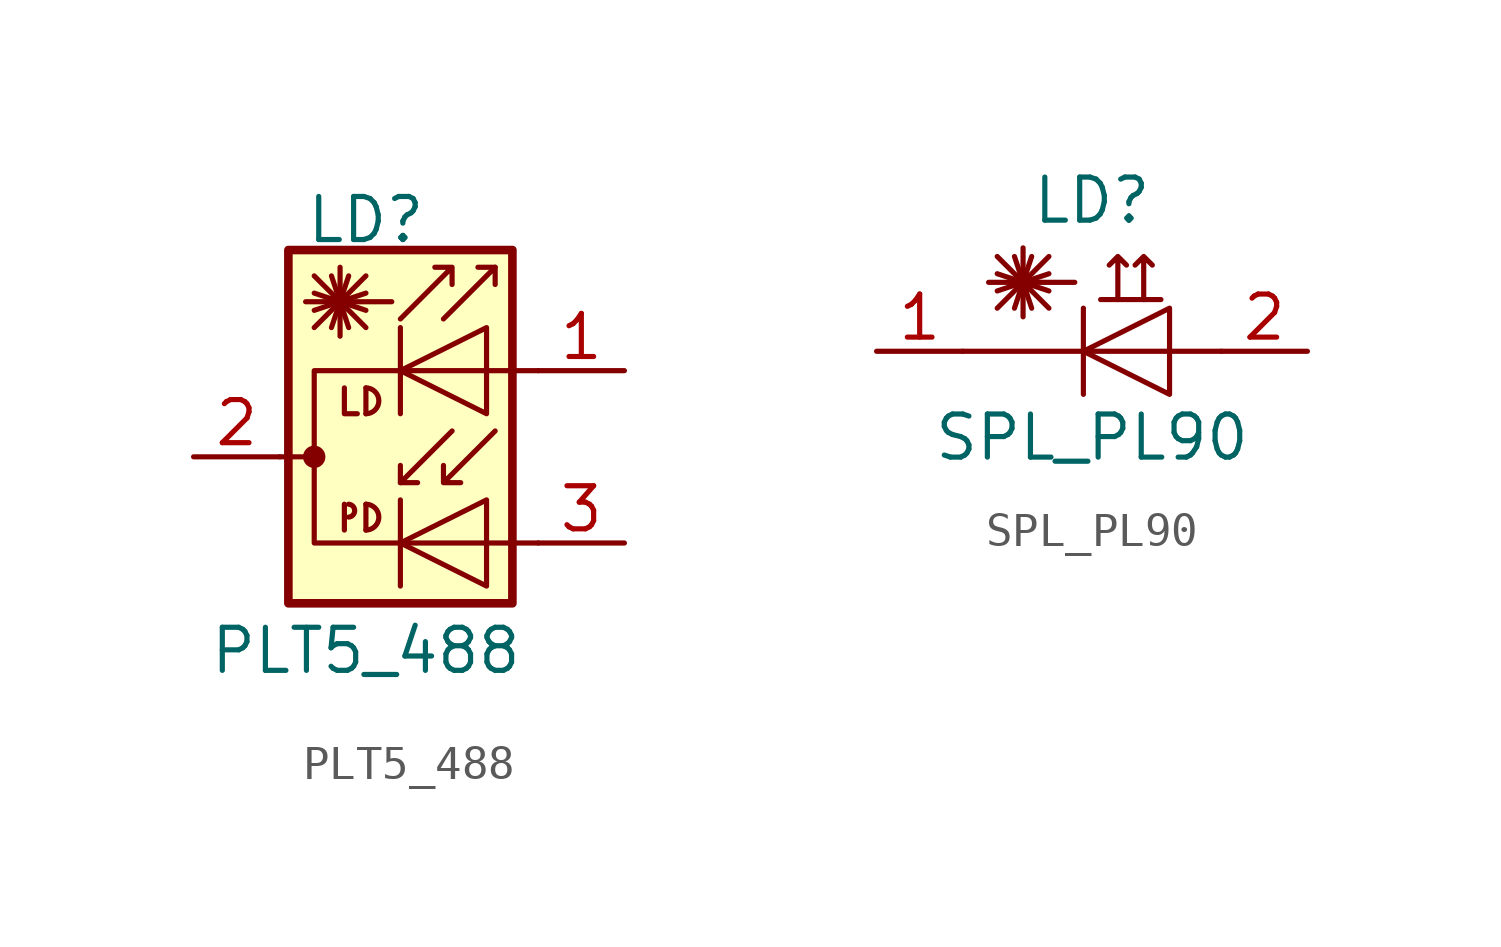
<source format=kicad_sym>
(kicad_symbol_lib
  (version 20241209)
  (generator "kicad_symbol_editor")
  (generator_version "9.0")
  (symbol "PLT5_488"
    (pin_names
      (offset 1.016)
      (hide yes))
    (property "Reference" "LD"
      (at 0 6.985 0)
      (effects (font (size 1.27 1.27))))
    (property "Value" "PLT5_488"
      (at 0 -5.715 0)
      (effects (font (size 1.27 1.27))))
    (symbol "PLT5_488_0_1"
      (polyline (pts (xy -2.54 0) (xy -1.524 0)) (stroke (width 0) (type default)) (fill (type none)))
      (rectangle (start -2.286 6.096) (end 4.318 -4.318) (stroke (width 0.254) (type default)) (fill (type background)))
      (polyline (pts (xy -1.524 5.334) (xy 0 3.81)) (stroke (width 0) (type default)) (fill (type none)))
      (polyline (pts (xy -1.524 4.826) (xy 0 4.318)) (stroke (width 0) (type default)) (fill (type none)))
      (polyline (pts (xy -1.524 4.318) (xy 0 4.826)) (stroke (width 0) (type default)) (fill (type none)))
      (polyline (pts (xy -1.524 3.81) (xy 0 5.334)) (stroke (width 0) (type default)) (fill (type none)))
      (circle (center -1.524 0) (radius 0.254) (stroke (width 0) (type default)) (fill (type outline)))
      (polyline (pts (xy -1.016 5.334) (xy -0.508 3.81)) (stroke (width 0) (type default)) (fill (type none)))
      (polyline (pts (xy -0.762 4.572) (xy -0.762 5.588)) (stroke (width 0) (type default)) (fill (type none)))
      (polyline (pts (xy -0.762 4.572) (xy -0.762 3.556)) (stroke (width 0) (type default)) (fill (type none)))
      (polyline (pts (xy -0.635 2.032) (xy -0.635 1.27) (xy -0.254 1.27)) (stroke (width 0) (type default)) (fill (type none)))
      (polyline (pts (xy -0.635 -1.397) (xy -0.635 -2.159)) (stroke (width 0) (type default)) (fill (type none)))
      (arc (start -0.508 -1.397) (mid -0.3298 -1.5875) (end -0.508 -1.778) (stroke (width 0) (type default)) (fill (type none)))
      (polyline (pts (xy -0.508 5.334) (xy -1.016 3.81)) (stroke (width 0) (type default)) (fill (type none)))
      (arc (start 0 2.032) (mid 0.3794 1.651) (end 0 1.27) (stroke (width 0) (type default)) (fill (type none)))
      (arc (start 0 -1.397) (mid 0.3794 -1.778) (end 0 -2.159) (stroke (width 0) (type default)) (fill (type none)))
      (polyline (pts (xy 0 2.032) (xy 0 1.27)) (stroke (width 0) (type default)) (fill (type none)))
      (polyline (pts (xy 0 -1.397) (xy 0 -2.159)) (stroke (width 0) (type default)) (fill (type none)))
      (polyline (pts (xy 0.762 4.572) (xy -1.778 4.572)) (stroke (width 0) (type default)) (fill (type none)))
      (polyline (pts (xy 1.016 4.064) (xy 2.54 5.588) (xy 2.54 5.08) (xy 2.54 5.588) (xy 2.032 5.588)) (stroke (width 0) (type default)) (fill (type none)))
      (polyline (pts (xy 1.016 3.81) (xy 1.016 1.27)) (stroke (width 0.152) (type default)) (fill (type none)))
      (polyline (pts (xy 1.016 -0.762) (xy 1.524 -0.762)) (stroke (width 0) (type default)) (fill (type none)))
      (polyline (pts (xy 1.016 -1.27) (xy 1.016 -3.81)) (stroke (width 0.152) (type default)) (fill (type none)))
      (polyline (pts (xy 2.286 4.064) (xy 3.81 5.588) (xy 3.81 5.08)) (stroke (width 0) (type default)) (fill (type none)))
      (polyline (pts (xy 2.54 0.762) (xy 1.016 -0.762) (xy 1.016 -0.254)) (stroke (width 0) (type default)) (fill (type none)))
      (polyline (pts (xy 3.81 5.588) (xy 3.302 5.588)) (stroke (width 0) (type default)) (fill (type none)))
      (polyline (pts (xy 3.81 0.762) (xy 2.286 -0.762) (xy 2.286 -0.254) (xy 2.286 -0.762) (xy 2.794 -0.762)) (stroke (width 0) (type default)) (fill (type none)))
      (polyline (pts (xy 5.08 2.54) (xy -1.524 2.54) (xy -1.524 -2.54) (xy 5.08 -2.54)) (stroke (width 0) (type default)) (fill (type none))))
    (symbol "PLT5_488_1_1"
      (polyline (pts (xy 3.556 1.27) (xy 3.556 3.81) (xy 1.016 2.54) (xy 3.556 1.27)) (stroke (width 0) (type default)) (fill (type none)))
      (polyline (pts (xy 3.556 -3.81) (xy 3.556 -1.27) (xy 1.016 -2.54) (xy 3.556 -3.81)) (stroke (width 0) (type default)) (fill (type none)))
      (pin passive line (at -5.08 0 0) (length 2.54) (name "~" (effects (font (size 1.27 1.27)))) (number "2" (effects (font (size 1.27 1.27)))))
      (pin passive line (at 7.62 2.54 180) (length 2.54) (name "~" (effects (font (size 1.27 1.27)))) (number "1" (effects (font (size 1.27 1.27)))))
      (pin passive line (at 7.62 -2.54 180) (length 2.54) (name "~" (effects (font (size 1.27 1.27)))) (number "3" (effects (font (size 1.27 1.27)))))))
  (symbol "SPL_PL90"
    (pin_names
      (offset 1.016)
      (hide yes))
    (property "Reference" "LD"
      (at -1.27 4.445 0)
      (effects (font (size 1.27 1.27))))
    (property "Value" "SPL_PL90"
      (at -1.27 -2.54 0)
      (effects (font (size 1.27 1.27))))
    (symbol "SPL_PL90_0_1"
      (polyline (pts (xy -4.064 2.794) (xy -2.54 1.27)) (stroke (width 0) (type default)) (fill (type none)))
      (polyline (pts (xy -4.064 2.286) (xy -2.54 1.778)) (stroke (width 0) (type default)) (fill (type none)))
      (polyline (pts (xy -4.064 1.778) (xy -2.54 2.286)) (stroke (width 0) (type default)) (fill (type none)))
      (polyline (pts (xy -4.064 1.27) (xy -2.54 2.794)) (stroke (width 0) (type default)) (fill (type none)))
      (polyline (pts (xy -3.556 2.794) (xy -3.048 1.27)) (stroke (width 0) (type default)) (fill (type none)))
      (polyline (pts (xy -3.302 2.032) (xy -3.302 3.048)) (stroke (width 0) (type default)) (fill (type none)))
      (polyline (pts (xy -3.302 2.032) (xy -3.302 1.016)) (stroke (width 0) (type default)) (fill (type none)))
      (polyline (pts (xy -3.048 2.794) (xy -3.556 1.27)) (stroke (width 0) (type default)) (fill (type none)))
      (polyline (pts (xy -1.778 2.032) (xy -4.318 2.032)) (stroke (width 0) (type default)) (fill (type none)))
      (polyline (pts (xy -1.524 1.27) (xy -1.524 -1.27)) (stroke (width 0.152) (type default)) (fill (type none)))
      (polyline (pts (xy -1.016 1.524) (xy 0.762 1.524)) (stroke (width 0) (type default)) (fill (type none)))
      (polyline (pts (xy -0.508 1.524) (xy -0.508 2.794) (xy -0.254 2.54) (xy -0.508 2.794) (xy -0.762 2.54)) (stroke (width 0) (type default)) (fill (type none)))
      (polyline (pts (xy 0.254 1.524) (xy 0.254 2.794) (xy 0.508 2.54) (xy 0.254 2.794) (xy 0 2.54)) (stroke (width 0) (type default)) (fill (type none)))
      (polyline (pts (xy 2.54 0) (xy -5.08 0)) (stroke (width 0) (type default)) (fill (type none))))
    (symbol "SPL_PL90_1_1"
      (polyline (pts (xy 1.016 -1.27) (xy 1.016 1.27) (xy -1.524 0) (xy 1.016 -1.27)) (stroke (width 0) (type default)) (fill (type none)))
      (pin passive line (at -7.62 0 0) (length 2.54) (name "C" (effects (font (size 1.27 1.27)))) (number "1" (effects (font (size 1.27 1.27)))))
      (pin passive line (at 5.08 0 180) (length 2.54) (name "A" (effects (font (size 1.27 1.27)))) (number "2" (effects (font (size 1.27 1.27))))))))
</source>
